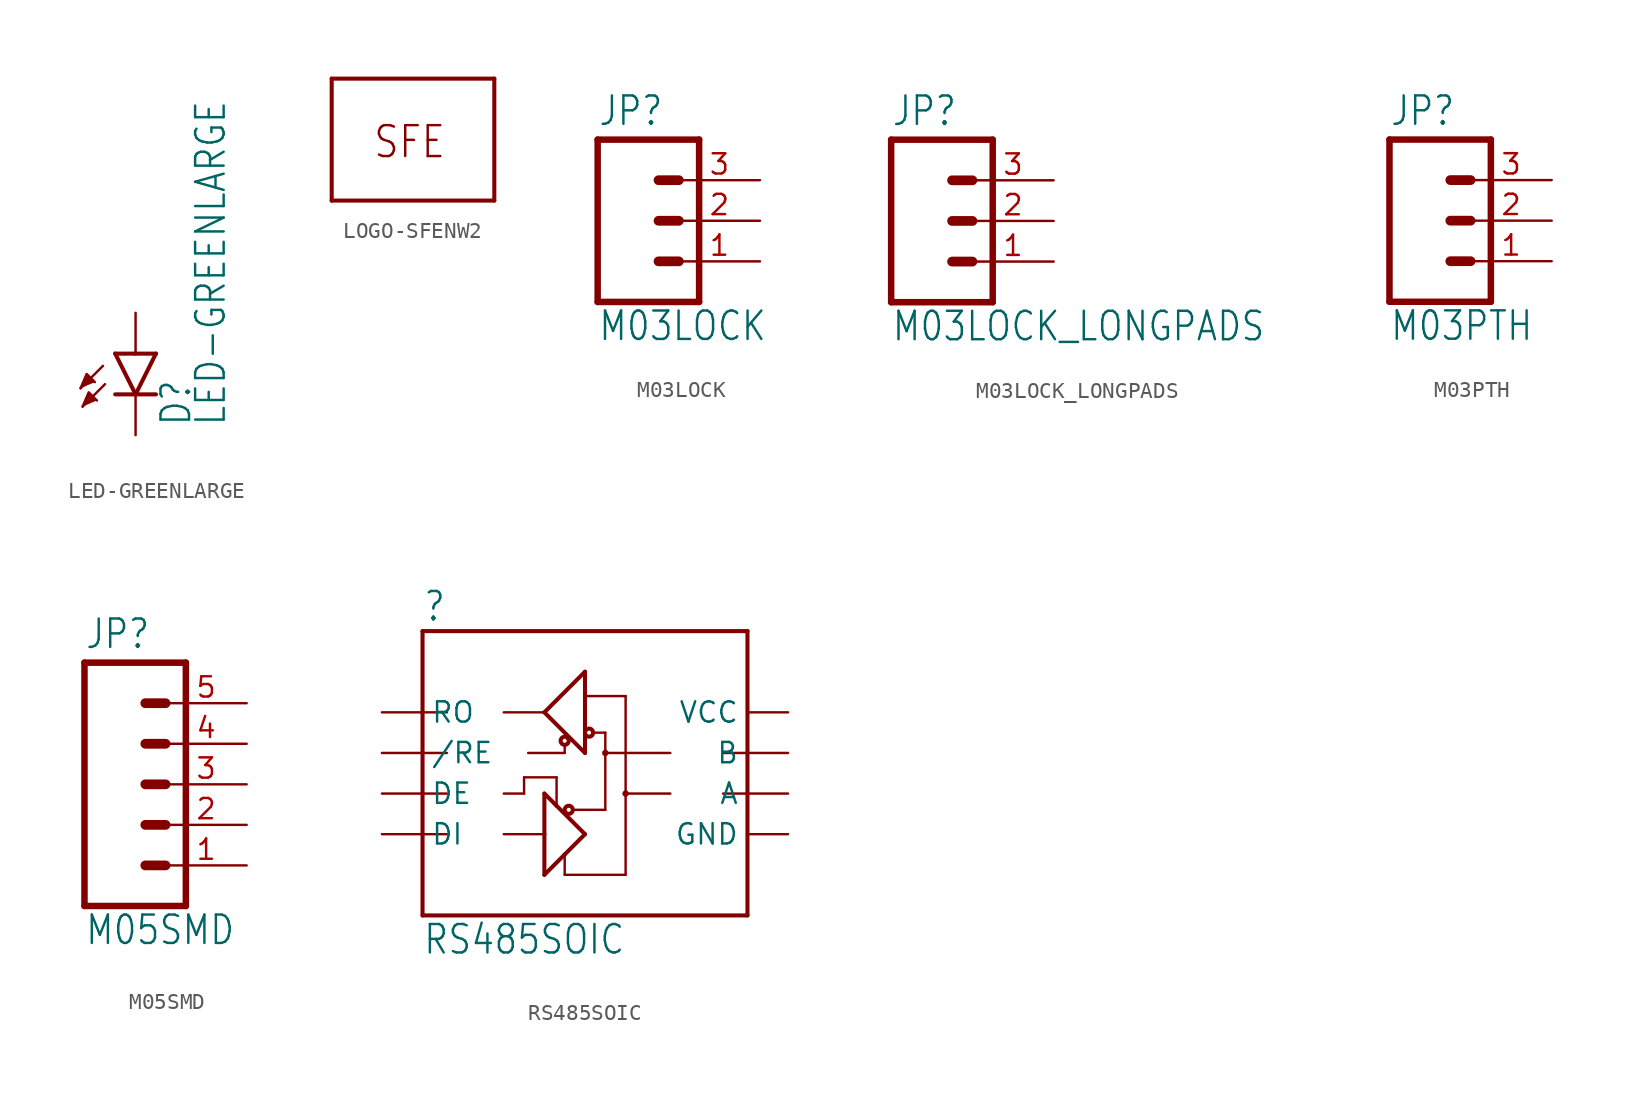
<source format=kicad_sym>
(kicad_symbol_lib
  (version 20211014)
  (generator kicad_symbol_editor)
  (symbol "LED-GREENLARGE"
    (property "Reference" "D"
      (at 3.556 -4.572 90)
      (effects (font (size 1.778 1.511)) (justify left bottom)))
    (property "Value" "LED-GREENLARGE"
      (at 5.715 -4.572 90)
      (effects (font (size 1.778 1.511)) (justify left bottom)))
    (property "ki_locked" ""
      (at 0 0 0)
      (effects (font (size 1.27 1.27))))
    (symbol "LED-GREENLARGE_1_0"
      (polyline (pts (xy -2.032 -0.762) (xy -3.429 -2.159)) (stroke (width 0.152) (type default) (color 0 0 0 0)) (fill (type none)))
      (polyline (pts (xy -1.905 -1.905) (xy -3.302 -3.302)) (stroke (width 0.152) (type default) (color 0 0 0 0)) (fill (type none)))
      (polyline (pts (xy 0 -2.54) (xy -1.27 -2.54)) (stroke (width 0.254) (type default) (color 0 0 0 0)) (fill (type none)))
      (polyline (pts (xy 0 -2.54) (xy -1.27 0)) (stroke (width 0.254) (type default) (color 0 0 0 0)) (fill (type none)))
      (polyline (pts (xy 0 0) (xy -1.27 0)) (stroke (width 0.254) (type default) (color 0 0 0 0)) (fill (type none)))
      (polyline (pts (xy 1.27 -2.54) (xy 0 -2.54)) (stroke (width 0.254) (type default) (color 0 0 0 0)) (fill (type none)))
      (polyline (pts (xy 1.27 0) (xy 0 -2.54)) (stroke (width 0.254) (type default) (color 0 0 0 0)) (fill (type none)))
      (polyline (pts (xy 1.27 0) (xy 0 0)) (stroke (width 0.254) (type default) (color 0 0 0 0)) (fill (type none)))
      (polyline (pts (xy -3.429 -2.159) (xy -3.048 -1.27) (xy -2.54 -1.778)) (stroke (width 0) (type default) (color 0 0 0 0)) (fill (type outline)))
      (polyline (pts (xy -3.302 -3.302) (xy -2.921 -2.413) (xy -2.413 -2.921)) (stroke (width 0) (type default) (color 0 0 0 0)) (fill (type outline)))
      (pin passive line (at 0 2.54 270) (length 2.54) (name "A" (effects (font (size 0 0)))) (number "A" (effects (font (size 0 0)))))
      (pin passive line (at 0 -5.08 90) (length 2.54) (name "C" (effects (font (size 0 0)))) (number "C" (effects (font (size 0 0)))))))
  (symbol "LOGO-SFENW2"
    (property "Reference" "JP"
      (at 0 0 0)
      (effects (font (size 1.27 1.27)) hide))
    (property "ki_locked" ""
      (at 0 0 0)
      (effects (font (size 1.27 1.27))))
    (symbol "LOGO-SFENW2_1_0"
      (polyline (pts (xy -2.54 -2.54) (xy 7.62 -2.54)) (stroke (width 0.254) (type default) (color 0 0 0 0)) (fill (type none)))
      (polyline (pts (xy -2.54 5.08) (xy -2.54 -2.54)) (stroke (width 0.254) (type default) (color 0 0 0 0)) (fill (type none)))
      (polyline (pts (xy 7.62 -2.54) (xy 7.62 5.08)) (stroke (width 0.254) (type default) (color 0 0 0 0)) (fill (type none)))
      (polyline (pts (xy 7.62 5.08) (xy -2.54 5.08)) (stroke (width 0.254) (type default) (color 0 0 0 0)) (fill (type none)))
      (text "SFE" (at 0 0 0) (effects (font (size 1.93 1.641)) (justify left bottom)))))
  (symbol "M03LOCK"
    (property "Reference" "JP"
      (at -2.54 5.842 0)
      (effects (font (size 1.778 1.511)) (justify left bottom)))
    (property "Value" "M03LOCK"
      (at -2.54 -7.62 0)
      (effects (font (size 1.778 1.511)) (justify left bottom)))
    (property "ki_locked" ""
      (at 0 0 0)
      (effects (font (size 1.27 1.27))))
    (symbol "M03LOCK_1_0"
      (polyline (pts (xy -2.54 5.08) (xy -2.54 -5.08)) (stroke (width 0.406) (type default) (color 0 0 0 0)) (fill (type none)))
      (polyline (pts (xy -2.54 5.08) (xy 3.81 5.08)) (stroke (width 0.406) (type default) (color 0 0 0 0)) (fill (type none)))
      (polyline (pts (xy 1.27 -2.54) (xy 2.54 -2.54)) (stroke (width 0.61) (type default) (color 0 0 0 0)) (fill (type none)))
      (polyline (pts (xy 1.27 0) (xy 2.54 0)) (stroke (width 0.61) (type default) (color 0 0 0 0)) (fill (type none)))
      (polyline (pts (xy 1.27 2.54) (xy 2.54 2.54)) (stroke (width 0.61) (type default) (color 0 0 0 0)) (fill (type none)))
      (polyline (pts (xy 3.81 -5.08) (xy -2.54 -5.08)) (stroke (width 0.406) (type default) (color 0 0 0 0)) (fill (type none)))
      (polyline (pts (xy 3.81 -5.08) (xy 3.81 5.08)) (stroke (width 0.406) (type default) (color 0 0 0 0)) (fill (type none)))
      (pin passive line (at 7.62 -2.54 180) (length 5.08) (name "1" (effects (font (size 0 0)))) (number "1" (effects (font (size 1.27 1.27)))))
      (pin passive line (at 7.62 0 180) (length 5.08) (name "2" (effects (font (size 0 0)))) (number "2" (effects (font (size 1.27 1.27)))))
      (pin passive line (at 7.62 2.54 180) (length 5.08) (name "3" (effects (font (size 0 0)))) (number "3" (effects (font (size 1.27 1.27)))))))
  (symbol "M03LOCK_LONGPADS"
    (property "Reference" "JP"
      (at -2.54 5.842 0)
      (effects (font (size 1.778 1.511)) (justify left bottom)))
    (property "Value" "M03LOCK_LONGPADS"
      (at -2.54 -7.62 0)
      (effects (font (size 1.778 1.511)) (justify left bottom)))
    (property "ki_locked" ""
      (at 0 0 0)
      (effects (font (size 1.27 1.27))))
    (symbol "M03LOCK_LONGPADS_1_0"
      (polyline (pts (xy -2.54 5.08) (xy -2.54 -5.08)) (stroke (width 0.406) (type default) (color 0 0 0 0)) (fill (type none)))
      (polyline (pts (xy -2.54 5.08) (xy 3.81 5.08)) (stroke (width 0.406) (type default) (color 0 0 0 0)) (fill (type none)))
      (polyline (pts (xy 1.27 -2.54) (xy 2.54 -2.54)) (stroke (width 0.61) (type default) (color 0 0 0 0)) (fill (type none)))
      (polyline (pts (xy 1.27 0) (xy 2.54 0)) (stroke (width 0.61) (type default) (color 0 0 0 0)) (fill (type none)))
      (polyline (pts (xy 1.27 2.54) (xy 2.54 2.54)) (stroke (width 0.61) (type default) (color 0 0 0 0)) (fill (type none)))
      (polyline (pts (xy 3.81 -5.08) (xy -2.54 -5.08)) (stroke (width 0.406) (type default) (color 0 0 0 0)) (fill (type none)))
      (polyline (pts (xy 3.81 -5.08) (xy 3.81 5.08)) (stroke (width 0.406) (type default) (color 0 0 0 0)) (fill (type none)))
      (pin passive line (at 7.62 -2.54 180) (length 5.08) (name "1" (effects (font (size 0 0)))) (number "1" (effects (font (size 1.27 1.27)))))
      (pin passive line (at 7.62 0 180) (length 5.08) (name "2" (effects (font (size 0 0)))) (number "2" (effects (font (size 1.27 1.27)))))
      (pin passive line (at 7.62 2.54 180) (length 5.08) (name "3" (effects (font (size 0 0)))) (number "3" (effects (font (size 1.27 1.27)))))))
  (symbol "M03PTH"
    (property "Reference" "JP"
      (at -2.54 5.842 0)
      (effects (font (size 1.778 1.511)) (justify left bottom)))
    (property "Value" "M03PTH"
      (at -2.54 -7.62 0)
      (effects (font (size 1.778 1.511)) (justify left bottom)))
    (property "ki_locked" ""
      (at 0 0 0)
      (effects (font (size 1.27 1.27))))
    (symbol "M03PTH_1_0"
      (polyline (pts (xy -2.54 5.08) (xy -2.54 -5.08)) (stroke (width 0.406) (type default) (color 0 0 0 0)) (fill (type none)))
      (polyline (pts (xy -2.54 5.08) (xy 3.81 5.08)) (stroke (width 0.406) (type default) (color 0 0 0 0)) (fill (type none)))
      (polyline (pts (xy 1.27 -2.54) (xy 2.54 -2.54)) (stroke (width 0.61) (type default) (color 0 0 0 0)) (fill (type none)))
      (polyline (pts (xy 1.27 0) (xy 2.54 0)) (stroke (width 0.61) (type default) (color 0 0 0 0)) (fill (type none)))
      (polyline (pts (xy 1.27 2.54) (xy 2.54 2.54)) (stroke (width 0.61) (type default) (color 0 0 0 0)) (fill (type none)))
      (polyline (pts (xy 3.81 -5.08) (xy -2.54 -5.08)) (stroke (width 0.406) (type default) (color 0 0 0 0)) (fill (type none)))
      (polyline (pts (xy 3.81 -5.08) (xy 3.81 5.08)) (stroke (width 0.406) (type default) (color 0 0 0 0)) (fill (type none)))
      (pin passive line (at 7.62 -2.54 180) (length 5.08) (name "1" (effects (font (size 0 0)))) (number "1" (effects (font (size 1.27 1.27)))))
      (pin passive line (at 7.62 0 180) (length 5.08) (name "2" (effects (font (size 0 0)))) (number "2" (effects (font (size 1.27 1.27)))))
      (pin passive line (at 7.62 2.54 180) (length 5.08) (name "3" (effects (font (size 0 0)))) (number "3" (effects (font (size 1.27 1.27)))))))
  (symbol "M05SMD"
    (property "Reference" "JP"
      (at -2.54 8.382 0)
      (effects (font (size 1.778 1.511)) (justify left bottom)))
    (property "Value" "M05SMD"
      (at -2.54 -10.16 0)
      (effects (font (size 1.778 1.511)) (justify left bottom)))
    (property "ki_locked" ""
      (at 0 0 0)
      (effects (font (size 1.27 1.27))))
    (symbol "M05SMD_1_0"
      (polyline (pts (xy -2.54 7.62) (xy -2.54 -7.62)) (stroke (width 0.406) (type default) (color 0 0 0 0)) (fill (type none)))
      (polyline (pts (xy -2.54 7.62) (xy 3.81 7.62)) (stroke (width 0.406) (type default) (color 0 0 0 0)) (fill (type none)))
      (polyline (pts (xy 1.27 -5.08) (xy 2.54 -5.08)) (stroke (width 0.61) (type default) (color 0 0 0 0)) (fill (type none)))
      (polyline (pts (xy 1.27 -2.54) (xy 2.54 -2.54)) (stroke (width 0.61) (type default) (color 0 0 0 0)) (fill (type none)))
      (polyline (pts (xy 1.27 0) (xy 2.54 0)) (stroke (width 0.61) (type default) (color 0 0 0 0)) (fill (type none)))
      (polyline (pts (xy 1.27 2.54) (xy 2.54 2.54)) (stroke (width 0.61) (type default) (color 0 0 0 0)) (fill (type none)))
      (polyline (pts (xy 1.27 5.08) (xy 2.54 5.08)) (stroke (width 0.61) (type default) (color 0 0 0 0)) (fill (type none)))
      (polyline (pts (xy 3.81 -7.62) (xy -2.54 -7.62)) (stroke (width 0.406) (type default) (color 0 0 0 0)) (fill (type none)))
      (polyline (pts (xy 3.81 -7.62) (xy 3.81 7.62)) (stroke (width 0.406) (type default) (color 0 0 0 0)) (fill (type none)))
      (pin passive line (at 7.62 -5.08 180) (length 5.08) (name "1" (effects (font (size 0 0)))) (number "1" (effects (font (size 1.27 1.27)))))
      (pin passive line (at 7.62 -2.54 180) (length 5.08) (name "2" (effects (font (size 0 0)))) (number "2" (effects (font (size 1.27 1.27)))))
      (pin passive line (at 7.62 0 180) (length 5.08) (name "3" (effects (font (size 0 0)))) (number "3" (effects (font (size 1.27 1.27)))))
      (pin passive line (at 7.62 2.54 180) (length 5.08) (name "4" (effects (font (size 0 0)))) (number "4" (effects (font (size 1.27 1.27)))))
      (pin passive line (at 7.62 5.08 180) (length 5.08) (name "5" (effects (font (size 0 0)))) (number "5" (effects (font (size 1.27 1.27)))))))
  (symbol "RS485SOIC"
    (property "Reference" ""
      (at -7.62 8.128 0)
      (effects (font (size 1.778 1.511)) (justify left bottom)))
    (property "Value" "RS485SOIC"
      (at -7.62 -12.7 0)
      (effects (font (size 1.778 1.511)) (justify left bottom)))
    (property "ki_locked" ""
      (at 0 0 0)
      (effects (font (size 1.27 1.27))))
    (symbol "RS485SOIC_1_0"
      (polyline (pts (xy -7.62 -10.16) (xy -7.62 -5.08)) (stroke (width 0.254) (type default) (color 0 0 0 0)) (fill (type none)))
      (polyline (pts (xy -7.62 -5.08) (xy -7.62 -2.54)) (stroke (width 0.254) (type default) (color 0 0 0 0)) (fill (type none)))
      (polyline (pts (xy -7.62 -5.08) (xy -6.096 -5.08)) (stroke (width 0.152) (type default) (color 0 0 0 0)) (fill (type none)))
      (polyline (pts (xy -7.62 -2.54) (xy -7.62 0)) (stroke (width 0.254) (type default) (color 0 0 0 0)) (fill (type none)))
      (polyline (pts (xy -7.62 -2.54) (xy -6.096 -2.54)) (stroke (width 0.152) (type default) (color 0 0 0 0)) (fill (type none)))
      (polyline (pts (xy -7.62 0) (xy -7.62 2.54)) (stroke (width 0.254) (type default) (color 0 0 0 0)) (fill (type none)))
      (polyline (pts (xy -7.62 0) (xy -6.096 0)) (stroke (width 0.152) (type default) (color 0 0 0 0)) (fill (type none)))
      (polyline (pts (xy -7.62 2.54) (xy -7.62 7.62)) (stroke (width 0.254) (type default) (color 0 0 0 0)) (fill (type none)))
      (polyline (pts (xy -7.62 2.54) (xy -6.096 2.54)) (stroke (width 0.152) (type default) (color 0 0 0 0)) (fill (type none)))
      (polyline (pts (xy -7.62 7.62) (xy 12.7 7.62)) (stroke (width 0.254) (type default) (color 0 0 0 0)) (fill (type none)))
      (polyline (pts (xy -2.54 2.54) (xy 0 2.54)) (stroke (width 0.152) (type default) (color 0 0 0 0)) (fill (type none)))
      (polyline (pts (xy -1.27 -2.54) (xy -2.54 -2.54)) (stroke (width 0.152) (type default) (color 0 0 0 0)) (fill (type none)))
      (polyline (pts (xy -1.27 -2.54) (xy -1.27 -1.524)) (stroke (width 0.152) (type default) (color 0 0 0 0)) (fill (type none)))
      (polyline (pts (xy -1.27 -1.524) (xy 0.762 -1.524)) (stroke (width 0.152) (type default) (color 0 0 0 0)) (fill (type none)))
      (polyline (pts (xy 0 -7.62) (xy 1.27 -6.35)) (stroke (width 0.254) (type default) (color 0 0 0 0)) (fill (type none)))
      (polyline (pts (xy 0 -5.08) (xy -2.54 -5.08)) (stroke (width 0.152) (type default) (color 0 0 0 0)) (fill (type none)))
      (polyline (pts (xy 0 -5.08) (xy 0 -7.62)) (stroke (width 0.254) (type default) (color 0 0 0 0)) (fill (type none)))
      (polyline (pts (xy 0 -2.54) (xy 0 -5.08)) (stroke (width 0.254) (type default) (color 0 0 0 0)) (fill (type none)))
      (polyline (pts (xy 0 2.54) (xy 2.54 0)) (stroke (width 0.254) (type default) (color 0 0 0 0)) (fill (type none)))
      (polyline (pts (xy 0.762 -3.302) (xy 0 -2.54)) (stroke (width 0.254) (type default) (color 0 0 0 0)) (fill (type none)))
      (polyline (pts (xy 0.762 -1.524) (xy 0.762 -3.302)) (stroke (width 0.152) (type default) (color 0 0 0 0)) (fill (type none)))
      (polyline (pts (xy 1.27 -7.62) (xy 5.08 -7.62)) (stroke (width 0.152) (type default) (color 0 0 0 0)) (fill (type none)))
      (polyline (pts (xy 1.27 -6.35) (xy 1.27 -7.62)) (stroke (width 0.152) (type default) (color 0 0 0 0)) (fill (type none)))
      (polyline (pts (xy 1.27 -6.35) (xy 2.54 -5.08)) (stroke (width 0.254) (type default) (color 0 0 0 0)) (fill (type none)))
      (polyline (pts (xy 1.27 0) (xy -1.016 0)) (stroke (width 0.152) (type default) (color 0 0 0 0)) (fill (type none)))
      (polyline (pts (xy 1.27 0.508) (xy 1.27 0)) (stroke (width 0.152) (type default) (color 0 0 0 0)) (fill (type none)))
      (polyline (pts (xy 1.778 -3.556) (xy 3.81 -3.556)) (stroke (width 0.152) (type default) (color 0 0 0 0)) (fill (type none)))
      (polyline (pts (xy 2.54 -5.08) (xy 0.762 -3.302)) (stroke (width 0.254) (type default) (color 0 0 0 0)) (fill (type none)))
      (polyline (pts (xy 2.54 3.556) (xy 2.54 0)) (stroke (width 0.254) (type default) (color 0 0 0 0)) (fill (type none)))
      (polyline (pts (xy 2.54 5.08) (xy 0 2.54)) (stroke (width 0.254) (type default) (color 0 0 0 0)) (fill (type none)))
      (polyline (pts (xy 2.54 5.08) (xy 2.54 3.556)) (stroke (width 0.254) (type default) (color 0 0 0 0)) (fill (type none)))
      (polyline (pts (xy 3.81 -3.556) (xy 3.81 0)) (stroke (width 0.152) (type default) (color 0 0 0 0)) (fill (type none)))
      (polyline (pts (xy 3.81 0) (xy 3.81 1.27)) (stroke (width 0.152) (type default) (color 0 0 0 0)) (fill (type none)))
      (polyline (pts (xy 3.81 0) (xy 7.874 0)) (stroke (width 0.152) (type default) (color 0 0 0 0)) (fill (type none)))
      (polyline (pts (xy 3.81 1.27) (xy 3.048 1.27)) (stroke (width 0.152) (type default) (color 0 0 0 0)) (fill (type none)))
      (polyline (pts (xy 5.08 -2.54) (xy 5.08 -7.62)) (stroke (width 0.152) (type default) (color 0 0 0 0)) (fill (type none)))
      (polyline (pts (xy 5.08 -2.54) (xy 5.08 3.556)) (stroke (width 0.152) (type default) (color 0 0 0 0)) (fill (type none)))
      (polyline (pts (xy 5.08 -2.54) (xy 7.874 -2.54)) (stroke (width 0.152) (type default) (color 0 0 0 0)) (fill (type none)))
      (polyline (pts (xy 5.08 3.556) (xy 2.54 3.556)) (stroke (width 0.152) (type default) (color 0 0 0 0)) (fill (type none)))
      (polyline (pts (xy 12.7 -10.16) (xy -7.62 -10.16)) (stroke (width 0.254) (type default) (color 0 0 0 0)) (fill (type none)))
      (polyline (pts (xy 12.7 -2.54) (xy 11.176 -2.54)) (stroke (width 0.152) (type default) (color 0 0 0 0)) (fill (type none)))
      (polyline (pts (xy 12.7 -2.54) (xy 12.7 -10.16)) (stroke (width 0.254) (type default) (color 0 0 0 0)) (fill (type none)))
      (polyline (pts (xy 12.7 0) (xy 11.176 0)) (stroke (width 0.152) (type default) (color 0 0 0 0)) (fill (type none)))
      (polyline (pts (xy 12.7 0) (xy 12.7 -2.54)) (stroke (width 0.254) (type default) (color 0 0 0 0)) (fill (type none)))
      (polyline (pts (xy 12.7 7.62) (xy 12.7 0)) (stroke (width 0.254) (type default) (color 0 0 0 0)) (fill (type none)))
      (circle (center 1.27 0.762) (radius 0.254) (stroke (width 0.254) (type default) (color 0 0 0 0)) (fill (type none)))
      (circle (center 1.524 -3.556) (radius 0.254) (stroke (width 0.254) (type default) (color 0 0 0 0)) (fill (type none)))
      (circle (center 2.794 1.27) (radius 0.254) (stroke (width 0.254) (type default) (color 0 0 0 0)) (fill (type none)))
      (circle (center 3.81 0) (radius 0.127) (stroke (width 0.152) (type default) (color 0 0 0 0)) (fill (type none)))
      (circle (center 5.08 -2.54) (radius 0.127) (stroke (width 0.152) (type default) (color 0 0 0 0)) (fill (type none)))
      (pin bidirectional line (at -10.16 2.54 0) (length 2.54) (name "RO" (effects (font (size 1.27 1.27)))) (number "1" (effects (font (size 0 0)))))
      (pin bidirectional line (at -10.16 0 0) (length 2.54) (name "/RE" (effects (font (size 1.27 1.27)))) (number "2" (effects (font (size 0 0)))))
      (pin bidirectional line (at -10.16 -2.54 0) (length 2.54) (name "DE" (effects (font (size 1.27 1.27)))) (number "3" (effects (font (size 0 0)))))
      (pin bidirectional line (at -10.16 -5.08 0) (length 2.54) (name "DI" (effects (font (size 1.27 1.27)))) (number "4" (effects (font (size 0 0)))))
      (pin bidirectional line (at 15.24 -5.08 180) (length 2.54) (name "GND" (effects (font (size 1.27 1.27)))) (number "5" (effects (font (size 0 0)))))
      (pin bidirectional line (at 15.24 -2.54 180) (length 2.54) (name "A" (effects (font (size 1.27 1.27)))) (number "6" (effects (font (size 0 0)))))
      (pin bidirectional line (at 15.24 0 180) (length 2.54) (name "B" (effects (font (size 1.27 1.27)))) (number "7" (effects (font (size 0 0)))))
      (pin bidirectional line (at 15.24 2.54 180) (length 2.54) (name "VCC" (effects (font (size 1.27 1.27)))) (number "8" (effects (font (size 0 0))))))))
</source>
